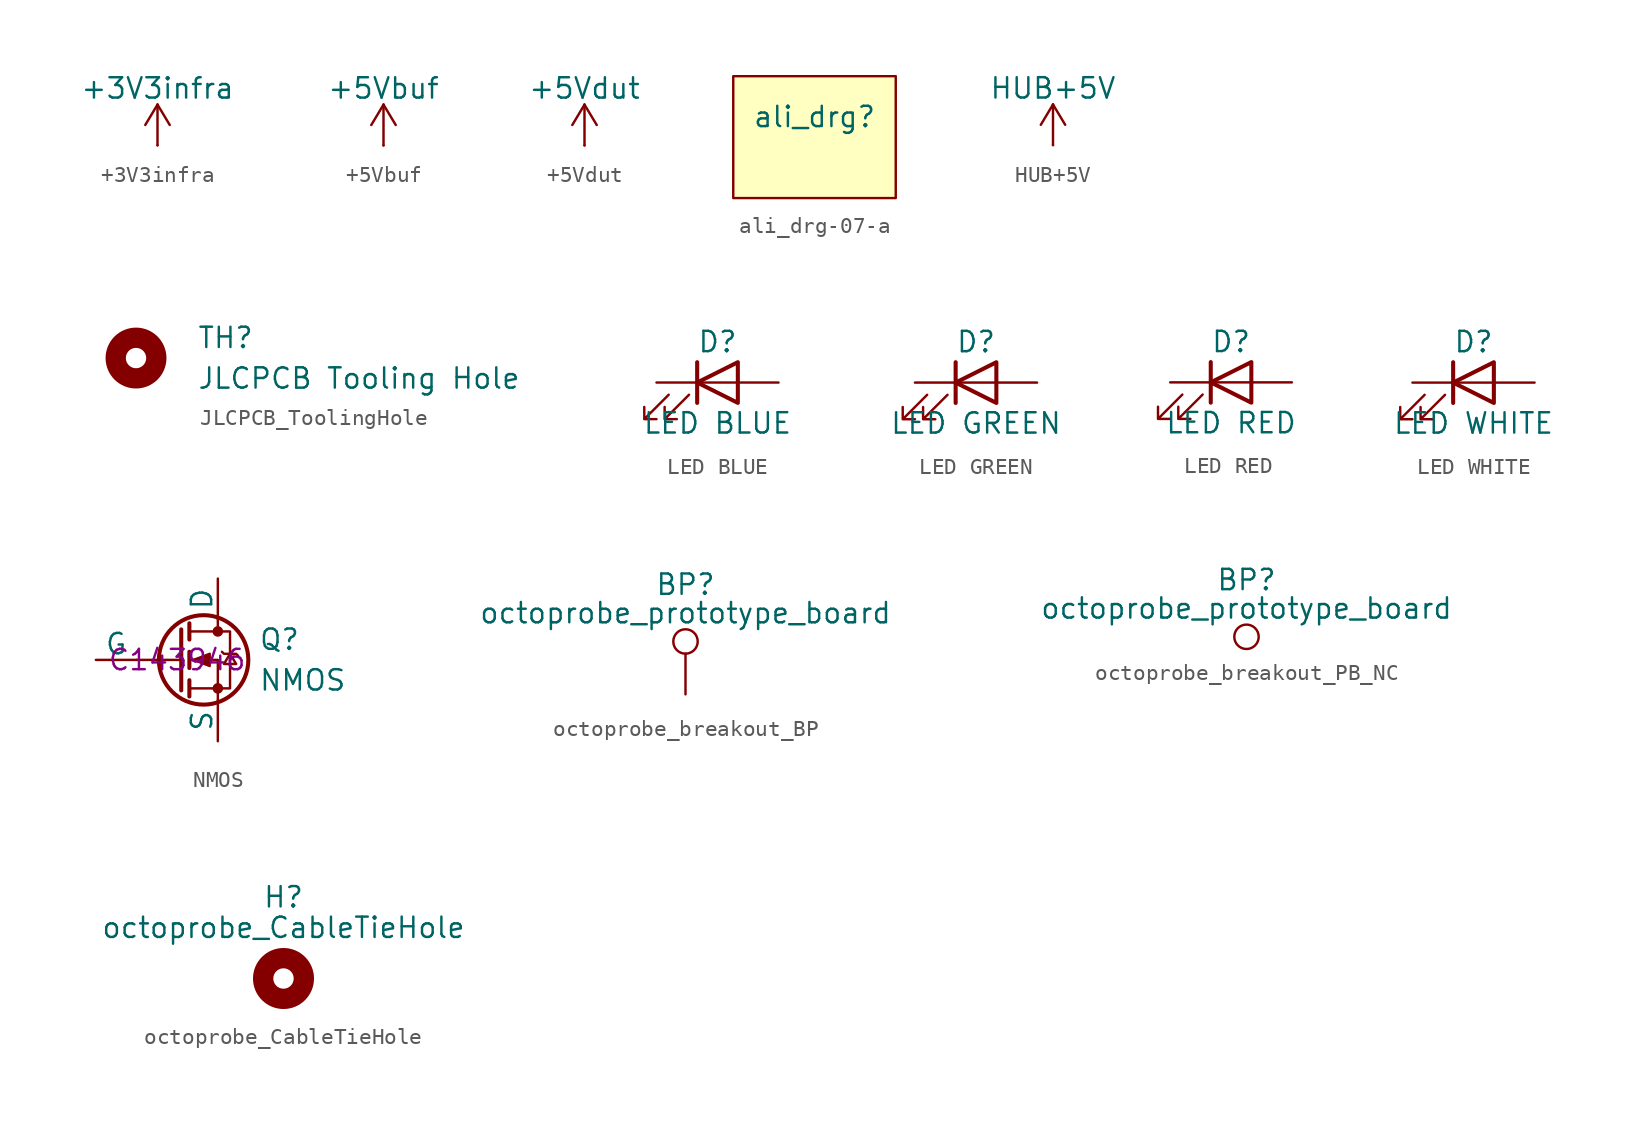
<source format=kicad_sym>
(kicad_symbol_lib
  (version 20241209)
  (generator "kicad_symbol_editor")
  (generator_version "9.0")
  (symbol "+3V3infra"
    (power)
    (pin_numbers
      (hide yes))
    (pin_names
      (offset 0)
      (hide yes))
    (property "Reference" "#PWR"
      (at 0 -3.81 0)
      (effects (font (size 1.27 1.27)) (hide yes)))
    (property "Value" "+3V3infra"
      (at 0 3.556 0)
      (effects (font (size 1.27 1.27))))
    (symbol "+3V3infra_0_1"
      (polyline (pts (xy -0.762 1.27) (xy 0 2.54)) (stroke (width 0) (type default)) (fill (type none)))
      (polyline (pts (xy 0 2.54) (xy 0.762 1.27)) (stroke (width 0) (type default)) (fill (type none)))
      (polyline (pts (xy 0 0) (xy 0 2.54)) (stroke (width 0) (type default)) (fill (type none))))
    (symbol "+3V3infra_1_1"
      (pin power_in line (at 0 0 90) (length 0) (name "~" (effects (font (size 1.27 1.27)))) (number "1" (effects (font (size 1.27 1.27)))))))
  (symbol "+5Vbuf"
    (power)
    (pin_numbers
      (hide yes))
    (pin_names
      (offset 0)
      (hide yes))
    (property "Reference" "#PWR"
      (at 0 -3.81 0)
      (effects (font (size 1.27 1.27)) (hide yes)))
    (property "Value" "+5Vbuf"
      (at 0 3.556 0)
      (effects (font (size 1.27 1.27))))
    (symbol "+5Vbuf_0_1"
      (polyline (pts (xy -0.762 1.27) (xy 0 2.54)) (stroke (width 0) (type default)) (fill (type none)))
      (polyline (pts (xy 0 2.54) (xy 0.762 1.27)) (stroke (width 0) (type default)) (fill (type none)))
      (polyline (pts (xy 0 0) (xy 0 2.54)) (stroke (width 0) (type default)) (fill (type none))))
    (symbol "+5Vbuf_1_1"
      (pin power_in line (at 0 0 90) (length 0) (name "~" (effects (font (size 1.27 1.27)))) (number "1" (effects (font (size 1.27 1.27)))))))
  (symbol "+5Vdut"
    (power)
    (pin_numbers
      (hide yes))
    (pin_names
      (offset 0)
      (hide yes))
    (property "Reference" "#PWR"
      (at 0 -3.81 0)
      (effects (font (size 1.27 1.27)) (hide yes)))
    (property "Value" "+5Vdut"
      (at 0 3.556 0)
      (effects (font (size 1.27 1.27))))
    (symbol "+5Vdut_0_1"
      (polyline (pts (xy -0.762 1.27) (xy 0 2.54)) (stroke (width 0) (type default)) (fill (type none)))
      (polyline (pts (xy 0 2.54) (xy 0.762 1.27)) (stroke (width 0) (type default)) (fill (type none)))
      (polyline (pts (xy 0 0) (xy 0 2.54)) (stroke (width 0) (type default)) (fill (type none))))
    (symbol "+5Vdut_1_1"
      (pin power_in line (at 0 0 90) (length 0) (name "~" (effects (font (size 1.27 1.27)))) (number "1" (effects (font (size 1.27 1.27)))))))
  (symbol "ali_drg-07-a"
    (property "Reference" "ali_drg"
      (at 0 0 0)
      (effects (font (size 1.27 1.27))))
    (property "Value" ""
      (at 0 0 0)
      (effects (font (size 1.27 1.27))))
    (symbol "ali_drg-07-a_1_1"
      (rectangle (start -5.08 2.54) (end 5.08 -5.08) (stroke (width 0) (type default)) (fill (type background)))))
  (symbol "HUB+5V"
    (power)
    (pin_numbers
      (hide yes))
    (pin_names
      (offset 0)
      (hide yes))
    (property "Reference" "#PWR"
      (at 0 -3.81 0)
      (effects (font (size 1.27 1.27)) (hide yes)))
    (property "Value" "HUB+5V"
      (at 0 3.556 0)
      (effects (font (size 1.27 1.27))))
    (symbol "HUB+5V_0_1"
      (polyline (pts (xy -0.762 1.27) (xy 0 2.54)) (stroke (width 0) (type default)) (fill (type none)))
      (polyline (pts (xy 0 2.54) (xy 0.762 1.27)) (stroke (width 0) (type default)) (fill (type none)))
      (polyline (pts (xy 0 0) (xy 0 2.54)) (stroke (width 0) (type default)) (fill (type none))))
    (symbol "HUB+5V_1_1"
      (pin power_in line (at 0 0 90) (length 0) (name "~" (effects (font (size 1.27 1.27)))) (number "1" (effects (font (size 1.27 1.27)))))))
  (symbol "JLCPCB_ToolingHole"
    (pin_numbers
      (hide yes))
    (pin_names
      (offset 0)
      (hide yes))
    (property "Reference" "TH"
      (at 3.81 1.27 0)
      (effects (font (size 1.27 1.27)) (justify left)))
    (property "Value" "JLCPCB Tooling Hole"
      (at 3.81 -1.27 0)
      (effects (font (size 1.27 1.27)) (justify left)))
    (symbol "JLCPCB_ToolingHole_0_1"
      (circle (center 0 0) (radius 1.27) (stroke (width 1.27) (type default)) (fill (type none)))))
  (symbol "LED BLUE"
    (pin_numbers
      (hide yes))
    (pin_names
      (offset 1.016)
      (hide yes))
    (property "Reference" "D"
      (at 0 2.54 0)
      (effects (font (size 1.27 1.27))))
    (property "Value" "LED BLUE"
      (at 0 -2.54 0)
      (effects (font (size 1.27 1.27))))
    (symbol "LED BLUE_0_1"
      (polyline (pts (xy -3.048 -0.762) (xy -4.572 -2.286) (xy -3.81 -2.286) (xy -4.572 -2.286) (xy -4.572 -1.524)) (stroke (width 0) (type default)) (fill (type none)))
      (polyline (pts (xy -1.778 -0.762) (xy -3.302 -2.286) (xy -2.54 -2.286) (xy -3.302 -2.286) (xy -3.302 -1.524)) (stroke (width 0) (type default)) (fill (type none)))
      (polyline (pts (xy -1.27 0) (xy 1.27 0)) (stroke (width 0) (type default)) (fill (type none)))
      (polyline (pts (xy -1.27 -1.27) (xy -1.27 1.27)) (stroke (width 0.254) (type default)) (fill (type none)))
      (polyline (pts (xy 1.27 -1.27) (xy 1.27 1.27) (xy -1.27 0) (xy 1.27 -1.27)) (stroke (width 0.254) (type default)) (fill (type none))))
    (symbol "LED BLUE_1_1"
      (pin passive line (at -3.81 0 0) (length 2.54) (name "K" (effects (font (size 1.27 1.27)))) (number "1" (effects (font (size 1.27 1.27)))))
      (pin passive line (at 3.81 0 180) (length 2.54) (name "A" (effects (font (size 1.27 1.27)))) (number "2" (effects (font (size 1.27 1.27)))))))
  (symbol "LED GREEN"
    (pin_numbers
      (hide yes))
    (pin_names
      (offset 1.016)
      (hide yes))
    (property "Reference" "D"
      (at 0 2.54 0)
      (effects (font (size 1.27 1.27))))
    (property "Value" "LED GREEN"
      (at 0 -2.54 0)
      (effects (font (size 1.27 1.27))))
    (symbol "LED GREEN_0_1"
      (polyline (pts (xy -3.048 -0.762) (xy -4.572 -2.286) (xy -3.81 -2.286) (xy -4.572 -2.286) (xy -4.572 -1.524)) (stroke (width 0) (type default)) (fill (type none)))
      (polyline (pts (xy -1.778 -0.762) (xy -3.302 -2.286) (xy -2.54 -2.286) (xy -3.302 -2.286) (xy -3.302 -1.524)) (stroke (width 0) (type default)) (fill (type none)))
      (polyline (pts (xy -1.27 0) (xy 1.27 0)) (stroke (width 0) (type default)) (fill (type none)))
      (polyline (pts (xy -1.27 -1.27) (xy -1.27 1.27)) (stroke (width 0.254) (type default)) (fill (type none)))
      (polyline (pts (xy 1.27 -1.27) (xy 1.27 1.27) (xy -1.27 0) (xy 1.27 -1.27)) (stroke (width 0.254) (type default)) (fill (type none))))
    (symbol "LED GREEN_1_1"
      (pin passive line (at -3.81 0 0) (length 2.54) (name "K" (effects (font (size 1.27 1.27)))) (number "1" (effects (font (size 1.27 1.27)))))
      (pin passive line (at 3.81 0 180) (length 2.54) (name "A" (effects (font (size 1.27 1.27)))) (number "2" (effects (font (size 1.27 1.27)))))))
  (symbol "LED RED"
    (pin_numbers
      (hide yes))
    (pin_names
      (offset 1.016)
      (hide yes))
    (property "Reference" "D"
      (at 0 2.54 0)
      (effects (font (size 1.27 1.27))))
    (property "Value" "LED RED"
      (at 0 -2.54 0)
      (effects (font (size 1.27 1.27))))
    (symbol "LED RED_0_1"
      (polyline (pts (xy -3.048 -0.762) (xy -4.572 -2.286) (xy -3.81 -2.286) (xy -4.572 -2.286) (xy -4.572 -1.524)) (stroke (width 0) (type default)) (fill (type none)))
      (polyline (pts (xy -1.778 -0.762) (xy -3.302 -2.286) (xy -2.54 -2.286) (xy -3.302 -2.286) (xy -3.302 -1.524)) (stroke (width 0) (type default)) (fill (type none)))
      (polyline (pts (xy -1.27 0) (xy 1.27 0)) (stroke (width 0) (type default)) (fill (type none)))
      (polyline (pts (xy -1.27 -1.27) (xy -1.27 1.27)) (stroke (width 0.254) (type default)) (fill (type none)))
      (polyline (pts (xy 1.27 -1.27) (xy 1.27 1.27) (xy -1.27 0) (xy 1.27 -1.27)) (stroke (width 0.254) (type default)) (fill (type none))))
    (symbol "LED RED_1_1"
      (pin passive line (at -3.81 0 0) (length 2.54) (name "K" (effects (font (size 1.27 1.27)))) (number "1" (effects (font (size 1.27 1.27)))))
      (pin passive line (at 3.81 0 180) (length 2.54) (name "A" (effects (font (size 1.27 1.27)))) (number "2" (effects (font (size 1.27 1.27)))))))
  (symbol "LED WHITE"
    (pin_numbers
      (hide yes))
    (pin_names
      (offset 1.016)
      (hide yes))
    (property "Reference" "D"
      (at 0 2.54 0)
      (effects (font (size 1.27 1.27))))
    (property "Value" "LED WHITE"
      (at 0 -2.54 0)
      (effects (font (size 1.27 1.27))))
    (symbol "LED WHITE_0_1"
      (polyline (pts (xy -3.048 -0.762) (xy -4.572 -2.286) (xy -3.81 -2.286) (xy -4.572 -2.286) (xy -4.572 -1.524)) (stroke (width 0) (type default)) (fill (type none)))
      (polyline (pts (xy -1.778 -0.762) (xy -3.302 -2.286) (xy -2.54 -2.286) (xy -3.302 -2.286) (xy -3.302 -1.524)) (stroke (width 0) (type default)) (fill (type none)))
      (polyline (pts (xy -1.27 0) (xy 1.27 0)) (stroke (width 0) (type default)) (fill (type none)))
      (polyline (pts (xy -1.27 -1.27) (xy -1.27 1.27)) (stroke (width 0.254) (type default)) (fill (type none)))
      (polyline (pts (xy 1.27 -1.27) (xy 1.27 1.27) (xy -1.27 0) (xy 1.27 -1.27)) (stroke (width 0.254) (type default)) (fill (type none))))
    (symbol "LED WHITE_1_1"
      (pin passive line (at -3.81 0 0) (length 2.54) (name "K" (effects (font (size 1.27 1.27)))) (number "1" (effects (font (size 1.27 1.27)))))
      (pin passive line (at 3.81 0 180) (length 2.54) (name "A" (effects (font (size 1.27 1.27)))) (number "2" (effects (font (size 1.27 1.27)))))))
  (symbol "NMOS"
    (pin_numbers
      (hide yes))
    (pin_names
      (offset 0))
    (property "Reference" "Q"
      (at 5.08 1.27 0)
      (effects (font (size 1.27 1.27)) (justify left)))
    (property "Value" "NMOS"
      (at 5.08 -1.27 0)
      (effects (font (size 1.27 1.27)) (justify left)))
    (property "JLC Part" "C143946"
      (at 0 0 0)
      (effects (font (size 1.27 1.27))))
    (symbol "NMOS_0_1"
      (polyline (pts (xy 0.254 1.905) (xy 0.254 -1.905)) (stroke (width 0.254) (type default)) (fill (type none)))
      (polyline (pts (xy 0.254 0) (xy -2.54 0)) (stroke (width 0) (type default)) (fill (type none)))
      (polyline (pts (xy 0.762 2.286) (xy 0.762 1.27)) (stroke (width 0.254) (type default)) (fill (type none)))
      (polyline (pts (xy 0.762 0.508) (xy 0.762 -0.508)) (stroke (width 0.254) (type default)) (fill (type none)))
      (polyline (pts (xy 0.762 -1.27) (xy 0.762 -2.286)) (stroke (width 0.254) (type default)) (fill (type none)))
      (polyline (pts (xy 0.762 -1.778) (xy 3.302 -1.778) (xy 3.302 1.778) (xy 0.762 1.778)) (stroke (width 0) (type default)) (fill (type none)))
      (polyline (pts (xy 1.016 0) (xy 2.032 0.381) (xy 2.032 -0.381) (xy 1.016 0)) (stroke (width 0) (type default)) (fill (type outline)))
      (circle (center 1.651 0) (radius 2.794) (stroke (width 0.254) (type default)) (fill (type none)))
      (polyline (pts (xy 2.54 2.54) (xy 2.54 1.778)) (stroke (width 0) (type default)) (fill (type none)))
      (circle (center 2.54 1.778) (radius 0.254) (stroke (width 0) (type default)) (fill (type outline)))
      (circle (center 2.54 -1.778) (radius 0.254) (stroke (width 0) (type default)) (fill (type outline)))
      (polyline (pts (xy 2.54 -2.54) (xy 2.54 0) (xy 0.762 0)) (stroke (width 0) (type default)) (fill (type none)))
      (polyline (pts (xy 2.794 0.508) (xy 2.921 0.381) (xy 3.683 0.381) (xy 3.81 0.254)) (stroke (width 0) (type default)) (fill (type none)))
      (polyline (pts (xy 3.302 0.381) (xy 2.921 -0.254) (xy 3.683 -0.254) (xy 3.302 0.381)) (stroke (width 0) (type default)) (fill (type none))))
    (symbol "NMOS_1_1"
      (pin input line (at -5.08 0 0) (length 2.54) (name "G" (effects (font (size 1.27 1.27)))) (number "1" (effects (font (size 1.27 1.27)))))
      (pin passive line (at 2.54 5.08 270) (length 2.54) (name "D" (effects (font (size 1.27 1.27)))) (number "3" (effects (font (size 1.27 1.27)))))
      (pin passive line (at 2.54 -5.08 90) (length 2.54) (name "S" (effects (font (size 1.27 1.27)))) (number "2" (effects (font (size 1.27 1.27)))))))
  (symbol "octoprobe_breakout_BP"
    (pin_numbers
      (hide yes))
    (pin_names
      (offset 0.762)
      (hide yes))
    (property "Reference" "BP"
      (at 0 6.858 0)
      (effects (font (size 1.27 1.27))))
    (property "Value" "octoprobe_prototype_board"
      (at 0 5.08 0)
      (effects (font (size 1.27 1.27))))
    (symbol "octoprobe_breakout_BP_0_1"
      (circle (center 0 3.302) (radius 0.762) (stroke (width 0) (type default)) (fill (type none))))
    (symbol "octoprobe_breakout_BP_1_1"
      (pin passive line (at 0 0 90) (length 2.54) (name "1" (effects (font (size 1.27 1.27)))) (number "1" (effects (font (size 1.27 1.27)))))))
  (symbol "octoprobe_breakout_PB_NC"
    (pin_numbers
      (hide yes))
    (pin_names
      (offset 0.762)
      (hide yes))
    (property "Reference" "BP"
      (at 0 6.858 0)
      (effects (font (size 1.27 1.27))))
    (property "Value" "octoprobe_prototype_board"
      (at 0 5.08 0)
      (effects (font (size 1.27 1.27))))
    (symbol "octoprobe_breakout_PB_NC_0_1"
      (circle (center 0 3.302) (radius 0.762) (stroke (width 0) (type default)) (fill (type none)))))
  (symbol "octoprobe_CableTieHole"
    (pin_numbers
      (hide yes))
    (pin_names
      (offset 0)
      (hide yes))
    (property "Reference" "H"
      (at 0 5.08 0)
      (effects (font (size 1.27 1.27))))
    (property "Value" "octoprobe_CableTieHole"
      (at 0 3.175 0)
      (effects (font (size 1.27 1.27))))
    (symbol "octoprobe_CableTieHole_0_1"
      (circle (center 0 0) (radius 1.27) (stroke (width 1.27) (type default)) (fill (type none))))))
</source>
